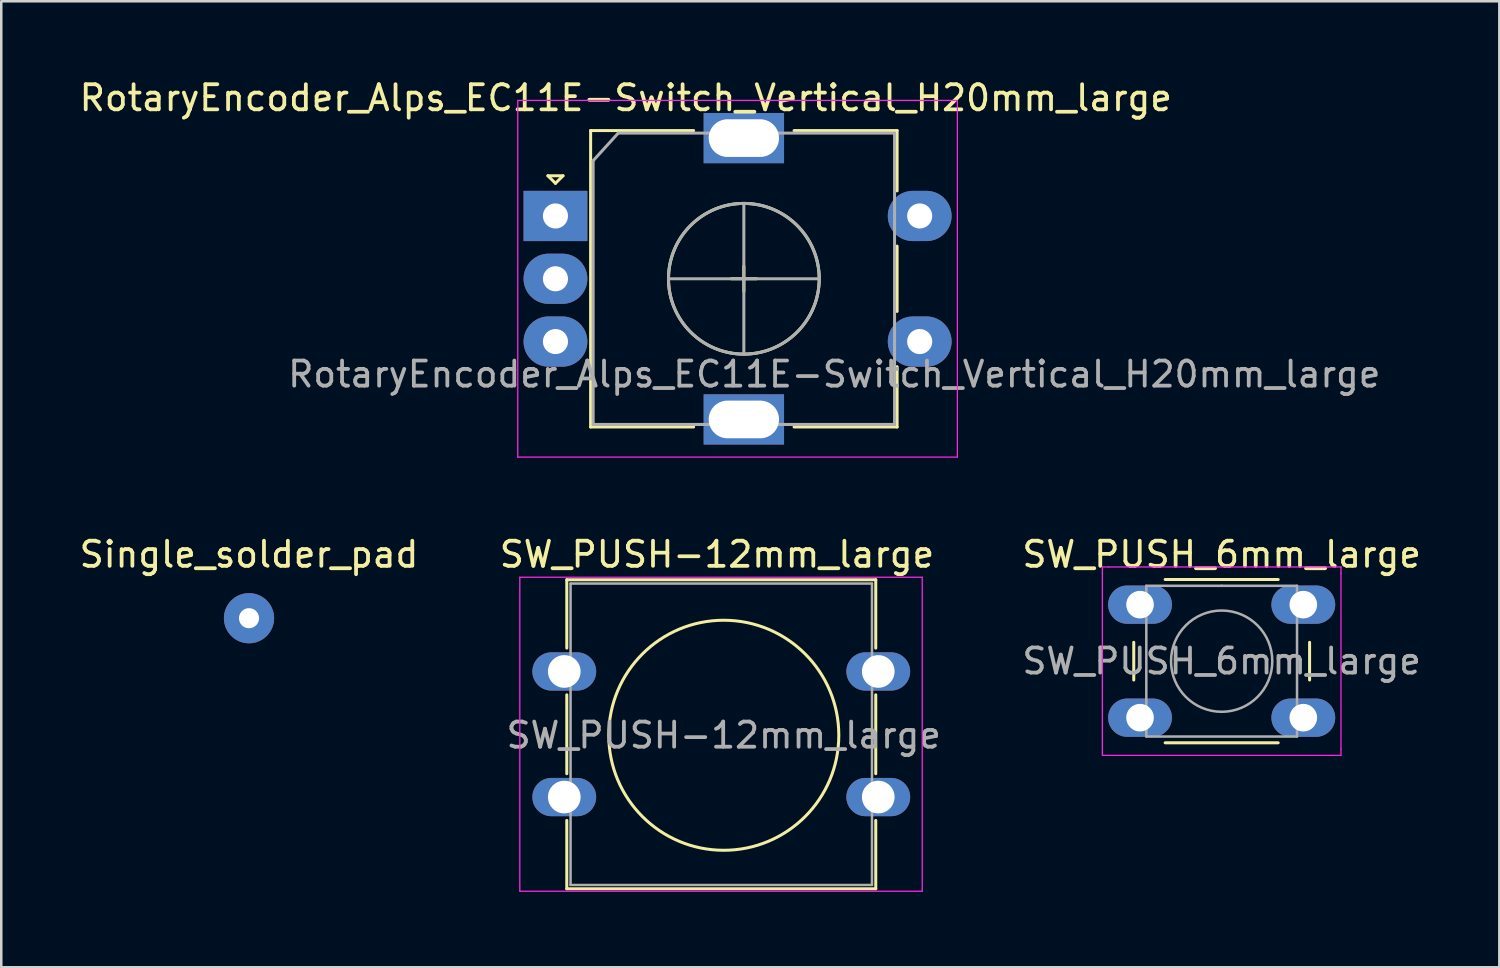
<source format=kicad_pcb>
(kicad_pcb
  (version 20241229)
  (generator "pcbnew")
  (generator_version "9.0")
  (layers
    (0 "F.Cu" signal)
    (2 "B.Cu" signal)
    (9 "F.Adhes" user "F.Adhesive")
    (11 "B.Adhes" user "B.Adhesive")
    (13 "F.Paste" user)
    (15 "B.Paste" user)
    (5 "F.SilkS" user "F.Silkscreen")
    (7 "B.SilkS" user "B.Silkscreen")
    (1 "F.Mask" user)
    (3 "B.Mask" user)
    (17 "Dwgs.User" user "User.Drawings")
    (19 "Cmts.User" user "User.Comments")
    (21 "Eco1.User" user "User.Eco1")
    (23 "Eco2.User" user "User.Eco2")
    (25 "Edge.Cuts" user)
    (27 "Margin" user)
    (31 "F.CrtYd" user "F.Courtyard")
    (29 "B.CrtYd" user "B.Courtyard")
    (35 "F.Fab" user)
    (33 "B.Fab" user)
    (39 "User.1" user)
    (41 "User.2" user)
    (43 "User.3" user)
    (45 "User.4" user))
  (footprint "RotaryEncoder_Alps_EC11E-Switch_Vertical_H20mm_large"
    (layer "F.Cu")
    (at 19.063 5.548)
    (property "Reference" "RotaryEncoder_Alps_EC11E-Switch_Vertical_H20mm_large" (at 2.8 -4.7 0) (layer "F.SilkS") (effects (font (size 1 1) (thickness 0.15))))
    (attr through_hole)
    (fp_line (start -0.3 -1.6) (end 0.3 -1.6) (stroke (width 0.12) (type solid)) (layer "F.SilkS"))
    (fp_line (start 0 -1.3) (end -0.3 -1.6) (stroke (width 0.12) (type solid)) (layer "F.SilkS"))
    (fp_line (start 0.3 -1.6) (end 0 -1.3) (stroke (width 0.12) (type solid)) (layer "F.SilkS"))
    (fp_line (start 1.4 -3.4) (end 1.4 8.4) (stroke (width 0.12) (type solid)) (layer "F.SilkS"))
    (fp_line (start 5.5 -3.4) (end 1.4 -3.4) (stroke (width 0.12) (type solid)) (layer "F.SilkS"))
    (fp_line (start 5.5 8.4) (end 1.4 8.4) (stroke (width 0.12) (type solid)) (layer "F.SilkS"))
    (fp_line (start 7 2.5) (end 8 2.5) (stroke (width 0.12) (type solid)) (layer "F.SilkS"))
    (fp_line (start 7.5 2) (end 7.5 3) (stroke (width 0.12) (type solid)) (layer "F.SilkS"))
    (fp_line (start 9.5 -3.4) (end 13.6 -3.4) (stroke (width 0.12) (type solid)) (layer "F.SilkS"))
    (fp_line (start 13.6 -3.4) (end 13.6 -1) (stroke (width 0.12) (type solid)) (layer "F.SilkS"))
    (fp_line (start 13.6 1.2) (end 13.6 3.8) (stroke (width 0.12) (type solid)) (layer "F.SilkS"))
    (fp_line (start 13.6 6) (end 13.6 8.4) (stroke (width 0.12) (type solid)) (layer "F.SilkS"))
    (fp_line (start 13.6 8.4) (end 9.5 8.4) (stroke (width 0.12) (type solid)) (layer "F.SilkS"))
    (fp_circle (center 7.5 2.5) (end 10.5 2.5) (stroke (width 0.12) (type solid)) (fill no) (layer "F.SilkS"))
    (fp_line (start -1.5 -4.6) (end -1.5 9.6) (stroke (width 0.05) (type solid)) (layer "F.CrtYd"))
    (fp_line (start -1.5 -4.6) (end 16 -4.6) (stroke (width 0.05) (type solid)) (layer "F.CrtYd"))
    (fp_line (start 16 9.6) (end -1.5 9.6) (stroke (width 0.05) (type solid)) (layer "F.CrtYd"))
    (fp_line (start 16 9.6) (end 16 -4.6) (stroke (width 0.05) (type solid)) (layer "F.CrtYd"))
    (fp_line (start 1.5 -2.2) (end 2.5 -3.3) (stroke (width 0.12) (type solid)) (layer "F.Fab"))
    (fp_line (start 1.5 8.3) (end 1.5 -2.2) (stroke (width 0.12) (type solid)) (layer "F.Fab"))
    (fp_line (start 2.5 -3.3) (end 13.5 -3.3) (stroke (width 0.12) (type solid)) (layer "F.Fab"))
    (fp_line (start 4.5 2.5) (end 10.5 2.5) (stroke (width 0.12) (type solid)) (layer "F.Fab"))
    (fp_line (start 7.5 -0.5) (end 7.5 5.5) (stroke (width 0.12) (type solid)) (layer "F.Fab"))
    (fp_line (start 13.5 -3.3) (end 13.5 8.3) (stroke (width 0.12) (type solid)) (layer "F.Fab"))
    (fp_line (start 13.5 8.3) (end 1.5 8.3) (stroke (width 0.12) (type solid)) (layer "F.Fab"))
    (fp_circle (center 7.5 2.5) (end 10.5 2.5) (stroke (width 0.12) (type solid)) (fill no) (layer "F.Fab"))
    (fp_text user "${REFERENCE}" (at 11.1 6.3 0) (layer "F.Fab") (effects (font (size 1 1) (thickness 0.15))))
    (pad "A" thru_hole rect (at 0 0) (size 2.54 2) (drill 1) (layers "*.Cu" "*.Mask"))
    (pad "B" thru_hole oval (at 0 5) (size 2.54 2) (drill 1) (layers "*.Cu" "*.Mask"))
    (pad "C" thru_hole oval (at 0 2.5) (size 2.54 2) (drill 1) (layers "*.Cu" "*.Mask"))
    (pad "MP" thru_hole rect (at 7.5 -3.1) (size 3.2 2) (drill oval 2.8 1.5) (layers "*.Cu" "*.Mask"))
    (pad "MP" thru_hole rect (at 7.5 8.1) (size 3.2 2) (drill oval 2.8 1.5) (layers "*.Cu" "*.Mask"))
    (pad "S1" thru_hole oval (at 14.5 5) (size 2.54 2) (drill 1) (layers "*.Cu" "*.Mask"))
    (pad "S2" thru_hole oval (at 14.5 0) (size 2.54 2) (drill 1) (layers "*.Cu" "*.Mask")))
  (footprint "Single_solder_pad"
    (layer "F.Cu")
    (at 6.863 21.561)
    (property "Reference" "Single_solder_pad" (at 0 -2.54 0) (layer "F.SilkS") (effects (font (size 1 1) (thickness 0.15))))
    (attr exclude_from_pos_files exclude_from_bom)
    (pad "1" thru_hole circle (at 0 0) (size 1.999 1.999) (drill 0.8) (layers "*.Cu" "*.Mask")))
  (footprint "SW_PUSH-12mm_large"
    (layer "F.Cu")
    (at 19.414 23.681)
    (property "Reference" "SW_PUSH-12mm_large" (at 6.08 -4.66 0) (layer "F.SilkS") (effects (font (size 1 1) (thickness 0.15))))
    (attr through_hole)
    (fp_line (start 0.1 -3.65) (end 12.4 -3.65) (stroke (width 0.12) (type solid)) (layer "F.SilkS"))
    (fp_line (start 0.1 -0.93) (end 0.1 -3.65) (stroke (width 0.12) (type solid)) (layer "F.SilkS"))
    (fp_line (start 0.1 4.07) (end 0.1 0.93) (stroke (width 0.12) (type solid)) (layer "F.SilkS"))
    (fp_line (start 0.1 8.65) (end 0.1 5.93) (stroke (width 0.12) (type solid)) (layer "F.SilkS"))
    (fp_line (start 12.4 -3.65) (end 12.4 -0.93) (stroke (width 0.12) (type solid)) (layer "F.SilkS"))
    (fp_line (start 12.4 0.93) (end 12.4 4.07) (stroke (width 0.12) (type solid)) (layer "F.SilkS"))
    (fp_line (start 12.4 5.93) (end 12.4 8.65) (stroke (width 0.12) (type solid)) (layer "F.SilkS"))
    (fp_line (start 12.4 8.65) (end 0.1 8.65) (stroke (width 0.12) (type solid)) (layer "F.SilkS"))
    (fp_circle (center 6.35 2.54) (end 10.16 5.08) (stroke (width 0.12) (type solid)) (fill no) (layer "F.SilkS"))
    (fp_line (start -1.77 -3.75) (end -1.77 8.75) (stroke (width 0.05) (type solid)) (layer "F.CrtYd"))
    (fp_line (start -1.77 -3.75) (end 14.25 -3.75) (stroke (width 0.05) (type solid)) (layer "F.CrtYd"))
    (fp_line (start 14.25 8.75) (end -1.77 8.75) (stroke (width 0.05) (type solid)) (layer "F.CrtYd"))
    (fp_line (start 14.25 8.75) (end 14.25 -3.75) (stroke (width 0.05) (type solid)) (layer "F.CrtYd"))
    (fp_line (start 0.25 -3.5) (end 0.25 8.5) (stroke (width 0.1) (type solid)) (layer "F.Fab"))
    (fp_line (start 0.25 -3.5) (end 12.25 -3.5) (stroke (width 0.1) (type solid)) (layer "F.Fab"))
    (fp_line (start 0.25 8.5) (end 12.25 8.5) (stroke (width 0.1) (type solid)) (layer "F.Fab"))
    (fp_line (start 12.25 -3.5) (end 12.25 8.5) (stroke (width 0.1) (type solid)) (layer "F.Fab"))
    (fp_text user "${REFERENCE}" (at 6.35 2.54 0) (layer "F.Fab") (effects (font (size 1 1) (thickness 0.15))))
    (pad "1" thru_hole oval (at 0 0) (size 2.54 1.524) (drill 1.3) (layers "*.Cu" "*.Mask"))
    (pad "1" thru_hole oval (at 12.5 0) (size 2.54 1.524) (drill 1.3) (layers "*.Cu" "*.Mask"))
    (pad "2" thru_hole oval (at 0 5) (size 2.54 1.524) (drill 1.3) (layers "*.Cu" "*.Mask"))
    (pad "2" thru_hole oval (at 12.5 5) (size 2.54 1.524) (drill 1.3) (layers "*.Cu" "*.Mask")))
  (footprint "SW_PUSH_6mm_large"
    (layer "F.Cu")
    (at 42.335 21.021)
    (property "Reference" "SW_PUSH_6mm_large" (at 3.25 -2 0) (layer "F.SilkS") (effects (font (size 1 1) (thickness 0.15))))
    (attr through_hole)
    (fp_line (start -0.25 1.5) (end -0.25 3) (stroke (width 0.12) (type solid)) (layer "F.SilkS"))
    (fp_line (start 1 5.5) (end 5.5 5.5) (stroke (width 0.12) (type solid)) (layer "F.SilkS"))
    (fp_line (start 5.5 -1) (end 1 -1) (stroke (width 0.12) (type solid)) (layer "F.SilkS"))
    (fp_line (start 6.75 3) (end 6.75 1.5) (stroke (width 0.12) (type solid)) (layer "F.SilkS"))
    (fp_line (start -1.5 -1.5) (end -1.25 -1.5) (stroke (width 0.05) (type solid)) (layer "F.CrtYd"))
    (fp_line (start -1.5 -1.25) (end -1.5 -1.5) (stroke (width 0.05) (type solid)) (layer "F.CrtYd"))
    (fp_line (start -1.5 5.75) (end -1.5 -1.25) (stroke (width 0.05) (type solid)) (layer "F.CrtYd"))
    (fp_line (start -1.5 5.75) (end -1.5 6) (stroke (width 0.05) (type solid)) (layer "F.CrtYd"))
    (fp_line (start -1.5 6) (end -1.25 6) (stroke (width 0.05) (type solid)) (layer "F.CrtYd"))
    (fp_line (start -1.25 -1.5) (end 7.75 -1.5) (stroke (width 0.05) (type solid)) (layer "F.CrtYd"))
    (fp_line (start 7.75 -1.5) (end 8 -1.5) (stroke (width 0.05) (type solid)) (layer "F.CrtYd"))
    (fp_line (start 7.75 6) (end -1.25 6) (stroke (width 0.05) (type solid)) (layer "F.CrtYd"))
    (fp_line (start 7.75 6) (end 8 6) (stroke (width 0.05) (type solid)) (layer "F.CrtYd"))
    (fp_line (start 8 -1.5) (end 8 -1.25) (stroke (width 0.05) (type solid)) (layer "F.CrtYd"))
    (fp_line (start 8 -1.25) (end 8 5.75) (stroke (width 0.05) (type solid)) (layer "F.CrtYd"))
    (fp_line (start 8 6) (end 8 5.75) (stroke (width 0.05) (type solid)) (layer "F.CrtYd"))
    (fp_line (start 0.25 -0.75) (end 3.25 -0.75) (stroke (width 0.1) (type solid)) (layer "F.Fab"))
    (fp_line (start 0.25 5.25) (end 0.25 -0.75) (stroke (width 0.1) (type solid)) (layer "F.Fab"))
    (fp_line (start 3.25 -0.75) (end 6.25 -0.75) (stroke (width 0.1) (type solid)) (layer "F.Fab"))
    (fp_line (start 6.25 -0.75) (end 6.25 5.25) (stroke (width 0.1) (type solid)) (layer "F.Fab"))
    (fp_line (start 6.25 5.25) (end 0.25 5.25) (stroke (width 0.1) (type solid)) (layer "F.Fab"))
    (fp_circle (center 3.25 2.25) (end 1.25 2.5) (stroke (width 0.1) (type solid)) (fill no) (layer "F.Fab"))
    (fp_text user "${REFERENCE}" (at 3.25 2.25 0) (layer "F.Fab") (effects (font (size 1 1) (thickness 0.15))))
    (pad "1" thru_hole oval (at 0 0 90) (size 1.524 2.54) (drill 1.1) (layers "*.Cu" "*.Mask"))
    (pad "1" thru_hole oval (at 6.5 0 90) (size 1.524 2.54) (drill 1.1) (layers "*.Cu" "*.Mask"))
    (pad "2" thru_hole oval (at 0 4.5 90) (size 1.524 2.54) (drill 1.1) (layers "*.Cu" "*.Mask"))
    (pad "2" thru_hole oval (at 6.5 4.5 90) (size 1.524 2.54) (drill 1.1) (layers "*.Cu" "*.Mask")))
  (gr_rect
    (start -3 -3)
    (end 56.639 35.456)
    (stroke (width 0.1) (type default))
    (fill no)
    (layer "Edge.Cuts")))
</source>
